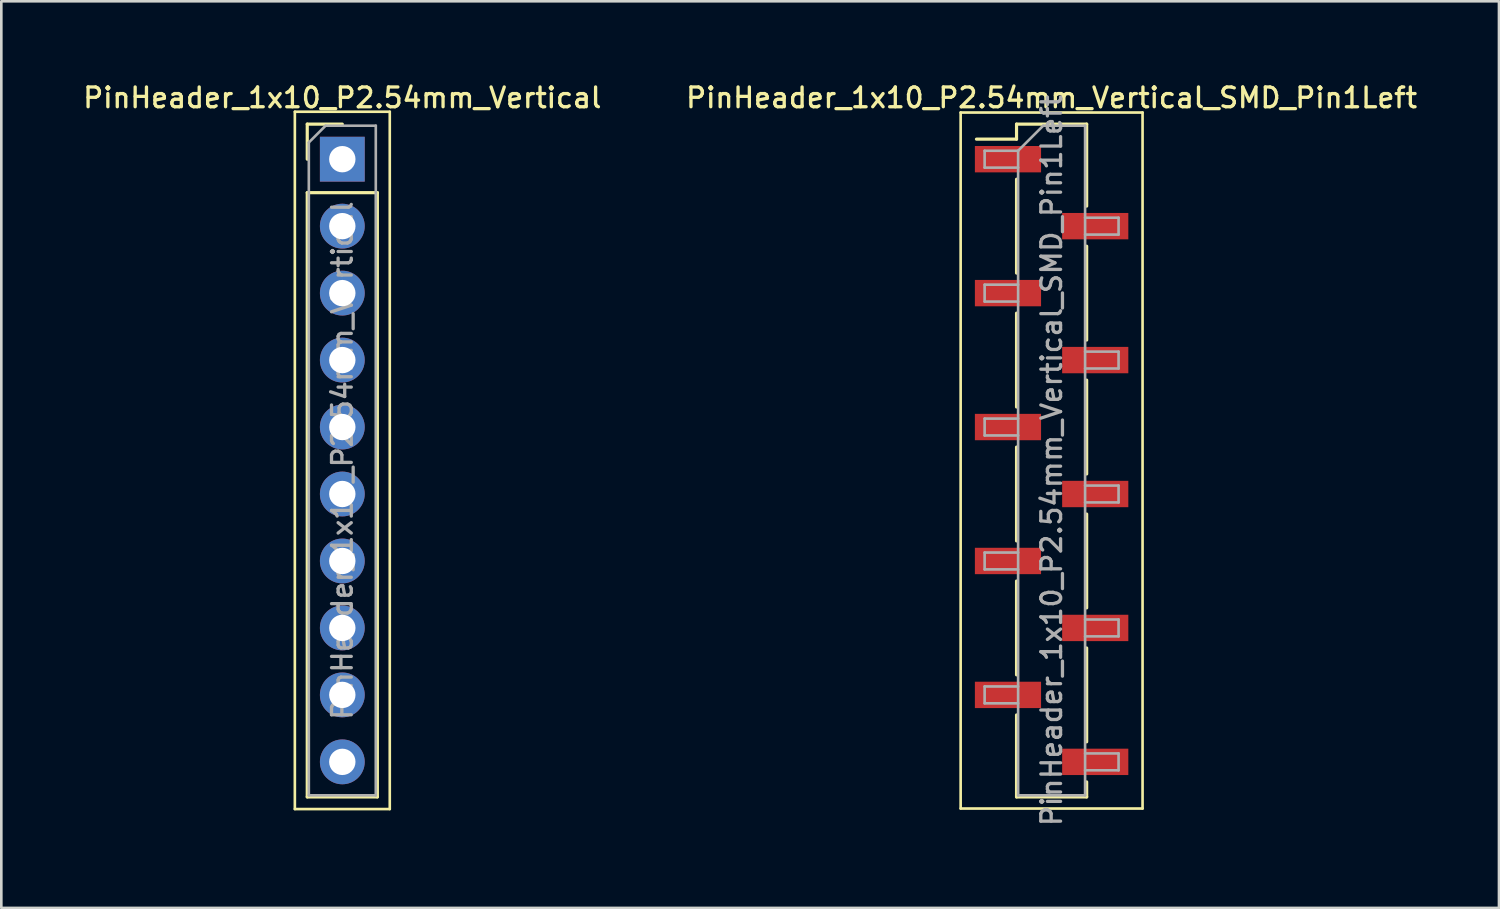
<source format=kicad_pcb>
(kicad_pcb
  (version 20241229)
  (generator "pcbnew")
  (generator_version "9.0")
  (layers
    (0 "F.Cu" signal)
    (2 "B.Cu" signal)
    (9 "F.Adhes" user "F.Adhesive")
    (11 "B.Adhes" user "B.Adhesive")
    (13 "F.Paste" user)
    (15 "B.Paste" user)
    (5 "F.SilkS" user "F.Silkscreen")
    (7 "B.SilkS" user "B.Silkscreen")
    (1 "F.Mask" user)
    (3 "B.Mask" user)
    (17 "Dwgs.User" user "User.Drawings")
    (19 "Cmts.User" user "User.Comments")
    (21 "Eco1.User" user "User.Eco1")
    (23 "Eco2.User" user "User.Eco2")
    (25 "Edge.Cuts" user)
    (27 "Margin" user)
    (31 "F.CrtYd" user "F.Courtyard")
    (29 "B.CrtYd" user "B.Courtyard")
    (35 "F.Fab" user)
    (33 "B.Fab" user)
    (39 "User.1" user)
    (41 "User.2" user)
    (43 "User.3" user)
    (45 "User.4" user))
  (footprint "PinHeader_1x10_P2.54mm_Vertical"
    (layer "F.Cu")
    (at 9.934 2.988)
    (property "Reference" "PinHeader_1x10_P2.54mm_Vertical" (at 0 -2.33 0) (layer "F.SilkS") (effects (font (size 0.75 0.75) (thickness 0.125))))
    (attr through_hole)
    (fp_line (start -1.8 -1.8) (end -1.8 24.65) (stroke (width 0.1) (type solid)) (layer "F.SilkS"))
    (fp_line (start -1.8 24.65) (end 1.8 24.65) (stroke (width 0.1) (type solid)) (layer "F.SilkS"))
    (fp_line (start -1.33 -1.33) (end 0 -1.33) (stroke (width 0.12) (type solid)) (layer "F.SilkS"))
    (fp_line (start -1.33 0) (end -1.33 -1.33) (stroke (width 0.12) (type solid)) (layer "F.SilkS"))
    (fp_line (start -1.33 1.27) (end -1.33 24.19) (stroke (width 0.12) (type solid)) (layer "F.SilkS"))
    (fp_line (start -1.33 1.27) (end 1.33 1.27) (stroke (width 0.12) (type solid)) (layer "F.SilkS"))
    (fp_line (start -1.33 24.19) (end 1.33 24.19) (stroke (width 0.12) (type solid)) (layer "F.SilkS"))
    (fp_line (start 1.33 1.27) (end 1.33 24.19) (stroke (width 0.12) (type solid)) (layer "F.SilkS"))
    (fp_line (start 1.8 -1.8) (end -1.8 -1.8) (stroke (width 0.1) (type solid)) (layer "F.SilkS"))
    (fp_line (start 1.8 24.65) (end 1.8 -1.8) (stroke (width 0.1) (type solid)) (layer "F.SilkS"))
    (fp_line (start -1.27 -0.635) (end -0.635 -1.27) (stroke (width 0.1) (type solid)) (layer "F.Fab"))
    (fp_line (start -1.27 24.13) (end -1.27 -0.635) (stroke (width 0.1) (type solid)) (layer "F.Fab"))
    (fp_line (start -0.635 -1.27) (end 1.27 -1.27) (stroke (width 0.1) (type solid)) (layer "F.Fab"))
    (fp_line (start 1.27 -1.27) (end 1.27 24.13) (stroke (width 0.1) (type solid)) (layer "F.Fab"))
    (fp_line (start 1.27 24.13) (end -1.27 24.13) (stroke (width 0.1) (type solid)) (layer "F.Fab"))
    (fp_text user "${REFERENCE}" (at 0 11.43 90) (layer "F.Fab") (effects (font (size 0.75 0.75) (thickness 0.125))))
    (pad "1" thru_hole rect (at 0 0) (size 1.7 1.7) (drill 1) (layers "*.Cu" "*.Mask"))
    (pad "2" thru_hole oval (at 0 2.54) (size 1.7 1.7) (drill 1) (layers "*.Cu" "*.Mask"))
    (pad "3" thru_hole oval (at 0 5.08) (size 1.7 1.7) (drill 1) (layers "*.Cu" "*.Mask"))
    (pad "4" thru_hole oval (at 0 7.62) (size 1.7 1.7) (drill 1) (layers "*.Cu" "*.Mask"))
    (pad "5" thru_hole oval (at 0 10.16) (size 1.7 1.7) (drill 1) (layers "*.Cu" "*.Mask"))
    (pad "6" thru_hole oval (at 0 12.7) (size 1.7 1.7) (drill 1) (layers "*.Cu" "*.Mask"))
    (pad "7" thru_hole oval (at 0 15.24) (size 1.7 1.7) (drill 1) (layers "*.Cu" "*.Mask"))
    (pad "8" thru_hole oval (at 0 17.78) (size 1.7 1.7) (drill 1) (layers "*.Cu" "*.Mask"))
    (pad "9" thru_hole oval (at 0 20.32) (size 1.7 1.7) (drill 1) (layers "*.Cu" "*.Mask"))
    (pad "10" thru_hole oval (at 0 22.86) (size 1.7 1.7) (drill 1) (layers "*.Cu" "*.Mask")))
  (footprint "PinHeader_1x10_P2.54mm_Vertical_SMD_Pin1Left"
    (layer "F.Cu")
    (at 36.838 14.418)
    (property "Reference" "PinHeader_1x10_P2.54mm_Vertical_SMD_Pin1Left" (at 0 -13.76 0) (layer "F.SilkS") (effects (font (size 0.75 0.75) (thickness 0.125))))
    (attr smd)
    (fp_line (start -3.45 -13.2) (end -3.45 13.2) (stroke (width 0.1) (type solid)) (layer "F.SilkS"))
    (fp_line (start -3.45 13.2) (end 3.45 13.2) (stroke (width 0.1) (type solid)) (layer "F.SilkS"))
    (fp_line (start -1.33 -12.76) (end -1.33 -12.19) (stroke (width 0.12) (type solid)) (layer "F.SilkS"))
    (fp_line (start -1.33 -12.76) (end 1.33 -12.76) (stroke (width 0.12) (type solid)) (layer "F.SilkS"))
    (fp_line (start -1.33 -12.19) (end -2.85 -12.19) (stroke (width 0.12) (type solid)) (layer "F.SilkS"))
    (fp_line (start -1.33 -10.67) (end -1.33 -7.11) (stroke (width 0.12) (type solid)) (layer "F.SilkS"))
    (fp_line (start -1.33 -5.59) (end -1.33 -2.03) (stroke (width 0.12) (type solid)) (layer "F.SilkS"))
    (fp_line (start -1.33 -0.51) (end -1.33 3.05) (stroke (width 0.12) (type solid)) (layer "F.SilkS"))
    (fp_line (start -1.33 4.57) (end -1.33 8.13) (stroke (width 0.12) (type solid)) (layer "F.SilkS"))
    (fp_line (start -1.33 9.65) (end -1.33 12.76) (stroke (width 0.12) (type solid)) (layer "F.SilkS"))
    (fp_line (start -1.33 12.76) (end 1.33 12.76) (stroke (width 0.12) (type solid)) (layer "F.SilkS"))
    (fp_line (start 1.33 -12.76) (end 1.33 -9.65) (stroke (width 0.12) (type solid)) (layer "F.SilkS"))
    (fp_line (start 1.33 -8.13) (end 1.33 -4.57) (stroke (width 0.12) (type solid)) (layer "F.SilkS"))
    (fp_line (start 1.33 -3.05) (end 1.33 0.51) (stroke (width 0.12) (type solid)) (layer "F.SilkS"))
    (fp_line (start 1.33 2.03) (end 1.33 5.59) (stroke (width 0.12) (type solid)) (layer "F.SilkS"))
    (fp_line (start 1.33 7.11) (end 1.33 10.67) (stroke (width 0.12) (type solid)) (layer "F.SilkS"))
    (fp_line (start 1.33 12.19) (end 1.33 12.76) (stroke (width 0.12) (type solid)) (layer "F.SilkS"))
    (fp_line (start 3.45 -13.2) (end -3.45 -13.2) (stroke (width 0.1) (type solid)) (layer "F.SilkS"))
    (fp_line (start 3.45 13.2) (end 3.45 -13.2) (stroke (width 0.1) (type solid)) (layer "F.SilkS"))
    (fp_line (start -2.54 -11.75) (end -2.54 -11.11) (stroke (width 0.1) (type solid)) (layer "F.Fab"))
    (fp_line (start -2.54 -11.11) (end -1.27 -11.11) (stroke (width 0.1) (type solid)) (layer "F.Fab"))
    (fp_line (start -2.54 -6.67) (end -2.54 -6.03) (stroke (width 0.1) (type solid)) (layer "F.Fab"))
    (fp_line (start -2.54 -6.03) (end -1.27 -6.03) (stroke (width 0.1) (type solid)) (layer "F.Fab"))
    (fp_line (start -2.54 -1.59) (end -2.54 -0.95) (stroke (width 0.1) (type solid)) (layer "F.Fab"))
    (fp_line (start -2.54 -0.95) (end -1.27 -0.95) (stroke (width 0.1) (type solid)) (layer "F.Fab"))
    (fp_line (start -2.54 3.49) (end -2.54 4.13) (stroke (width 0.1) (type solid)) (layer "F.Fab"))
    (fp_line (start -2.54 4.13) (end -1.27 4.13) (stroke (width 0.1) (type solid)) (layer "F.Fab"))
    (fp_line (start -2.54 8.57) (end -2.54 9.21) (stroke (width 0.1) (type solid)) (layer "F.Fab"))
    (fp_line (start -2.54 9.21) (end -1.27 9.21) (stroke (width 0.1) (type solid)) (layer "F.Fab"))
    (fp_line (start -1.27 -11.75) (end -2.54 -11.75) (stroke (width 0.1) (type solid)) (layer "F.Fab"))
    (fp_line (start -1.27 -11.75) (end -0.32 -12.7) (stroke (width 0.1) (type solid)) (layer "F.Fab"))
    (fp_line (start -1.27 -6.67) (end -2.54 -6.67) (stroke (width 0.1) (type solid)) (layer "F.Fab"))
    (fp_line (start -1.27 -1.59) (end -2.54 -1.59) (stroke (width 0.1) (type solid)) (layer "F.Fab"))
    (fp_line (start -1.27 3.49) (end -2.54 3.49) (stroke (width 0.1) (type solid)) (layer "F.Fab"))
    (fp_line (start -1.27 8.57) (end -2.54 8.57) (stroke (width 0.1) (type solid)) (layer "F.Fab"))
    (fp_line (start -1.27 12.7) (end -1.27 -11.75) (stroke (width 0.1) (type solid)) (layer "F.Fab"))
    (fp_line (start -0.32 -12.7) (end 1.27 -12.7) (stroke (width 0.1) (type solid)) (layer "F.Fab"))
    (fp_line (start 1.27 -12.7) (end 1.27 12.7) (stroke (width 0.1) (type solid)) (layer "F.Fab"))
    (fp_line (start 1.27 -9.21) (end 2.54 -9.21) (stroke (width 0.1) (type solid)) (layer "F.Fab"))
    (fp_line (start 1.27 -4.13) (end 2.54 -4.13) (stroke (width 0.1) (type solid)) (layer "F.Fab"))
    (fp_line (start 1.27 0.95) (end 2.54 0.95) (stroke (width 0.1) (type solid)) (layer "F.Fab"))
    (fp_line (start 1.27 6.03) (end 2.54 6.03) (stroke (width 0.1) (type solid)) (layer "F.Fab"))
    (fp_line (start 1.27 11.11) (end 2.54 11.11) (stroke (width 0.1) (type solid)) (layer "F.Fab"))
    (fp_line (start 1.27 12.7) (end -1.27 12.7) (stroke (width 0.1) (type solid)) (layer "F.Fab"))
    (fp_line (start 2.54 -9.21) (end 2.54 -8.57) (stroke (width 0.1) (type solid)) (layer "F.Fab"))
    (fp_line (start 2.54 -8.57) (end 1.27 -8.57) (stroke (width 0.1) (type solid)) (layer "F.Fab"))
    (fp_line (start 2.54 -4.13) (end 2.54 -3.49) (stroke (width 0.1) (type solid)) (layer "F.Fab"))
    (fp_line (start 2.54 -3.49) (end 1.27 -3.49) (stroke (width 0.1) (type solid)) (layer "F.Fab"))
    (fp_line (start 2.54 0.95) (end 2.54 1.59) (stroke (width 0.1) (type solid)) (layer "F.Fab"))
    (fp_line (start 2.54 1.59) (end 1.27 1.59) (stroke (width 0.1) (type solid)) (layer "F.Fab"))
    (fp_line (start 2.54 6.03) (end 2.54 6.67) (stroke (width 0.1) (type solid)) (layer "F.Fab"))
    (fp_line (start 2.54 6.67) (end 1.27 6.67) (stroke (width 0.1) (type solid)) (layer "F.Fab"))
    (fp_line (start 2.54 11.11) (end 2.54 11.75) (stroke (width 0.1) (type solid)) (layer "F.Fab"))
    (fp_line (start 2.54 11.75) (end 1.27 11.75) (stroke (width 0.1) (type solid)) (layer "F.Fab"))
    (fp_text user "${REFERENCE}" (at 0 0 90) (layer "F.Fab") (effects (font (size 0.75 0.75) (thickness 0.125))))
    (pad "1" smd rect (at -1.655 -11.43) (size 2.51 1) (layers "F.Cu" "F.Mask" "F.Paste"))
    (pad "2" smd rect (at 1.655 -8.89) (size 2.51 1) (layers "F.Cu" "F.Mask" "F.Paste"))
    (pad "3" smd rect (at -1.655 -6.35) (size 2.51 1) (layers "F.Cu" "F.Mask" "F.Paste"))
    (pad "4" smd rect (at 1.655 -3.81) (size 2.51 1) (layers "F.Cu" "F.Mask" "F.Paste"))
    (pad "5" smd rect (at -1.655 -1.27) (size 2.51 1) (layers "F.Cu" "F.Mask" "F.Paste"))
    (pad "6" smd rect (at 1.655 1.27) (size 2.51 1) (layers "F.Cu" "F.Mask" "F.Paste"))
    (pad "7" smd rect (at -1.655 3.81) (size 2.51 1) (layers "F.Cu" "F.Mask" "F.Paste"))
    (pad "8" smd rect (at 1.655 6.35) (size 2.51 1) (layers "F.Cu" "F.Mask" "F.Paste"))
    (pad "9" smd rect (at -1.655 8.89) (size 2.51 1) (layers "F.Cu" "F.Mask" "F.Paste"))
    (pad "10" smd rect (at 1.655 11.43) (size 2.51 1) (layers "F.Cu" "F.Mask" "F.Paste")))
  (gr_rect
    (start -3 -3)
    (end 53.807 31.388)
    (stroke (width 0.1) (type default))
    (fill no)
    (layer "Edge.Cuts")))
</source>
